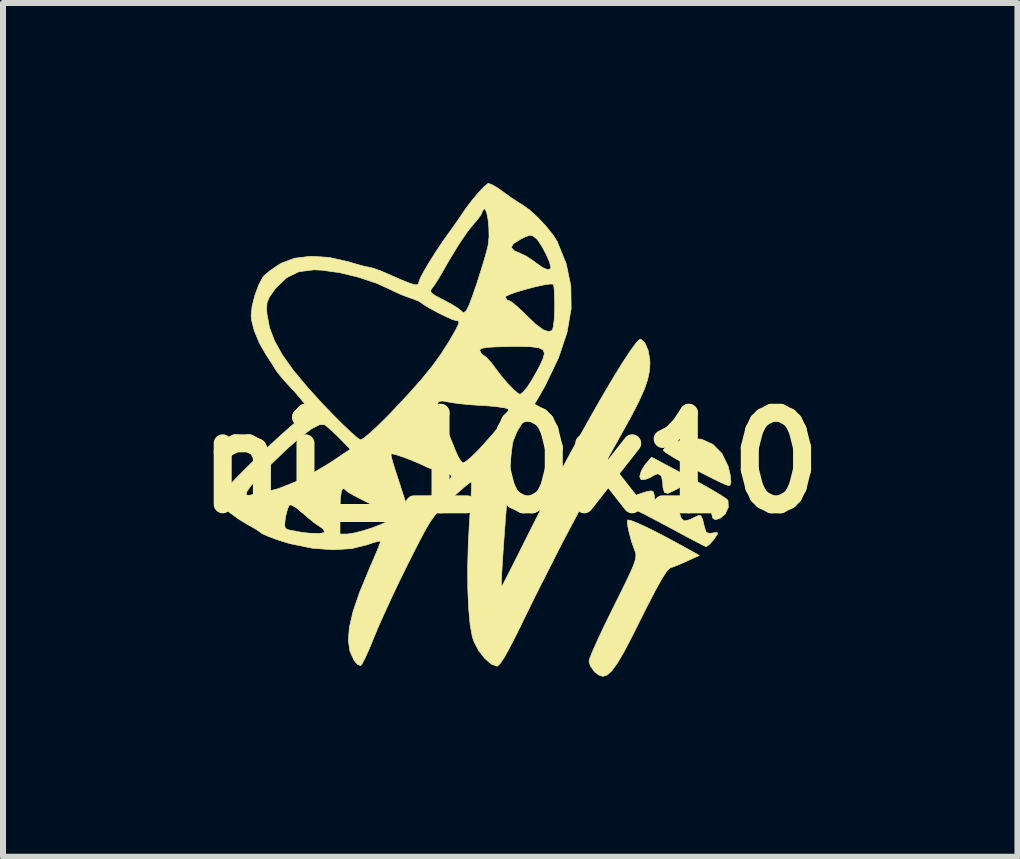
<source format=kicad_pcb>
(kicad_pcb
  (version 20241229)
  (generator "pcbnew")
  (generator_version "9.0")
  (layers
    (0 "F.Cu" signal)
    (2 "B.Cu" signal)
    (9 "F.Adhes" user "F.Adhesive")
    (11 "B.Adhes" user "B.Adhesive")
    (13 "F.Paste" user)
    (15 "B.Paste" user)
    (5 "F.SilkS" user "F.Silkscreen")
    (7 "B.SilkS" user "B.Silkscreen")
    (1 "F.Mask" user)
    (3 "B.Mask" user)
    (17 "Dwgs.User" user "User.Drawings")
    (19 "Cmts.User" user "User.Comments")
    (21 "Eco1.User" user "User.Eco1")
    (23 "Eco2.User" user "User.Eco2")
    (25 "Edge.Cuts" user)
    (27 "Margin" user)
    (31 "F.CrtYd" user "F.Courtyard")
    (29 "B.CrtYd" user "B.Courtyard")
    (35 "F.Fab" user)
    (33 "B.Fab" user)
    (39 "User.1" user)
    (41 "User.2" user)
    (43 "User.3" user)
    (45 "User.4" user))
  (footprint "ni_10x10"
    (layer "F.Cu")
    (at 5.45 4.662)
    (property "Reference" "ni_10x10" (at 0 0 0) (layer "F.SilkS") (effects (font (size 1.524 1.524) (thickness 0.3))))
    (attr through_hole)
    (fp_poly (pts (xy 3.185 -0.396) (xy 3.375 -0.31) (xy 3.527 -0.157) (xy 3.631 0.057) (xy 3.665 0.201) (xy 3.677 0.318) (xy 3.663 0.37) (xy 3.635 0.377) (xy 3.578 0.357) (xy 3.462 0.304) (xy 3.303 0.225) (xy 3.116 0.129) (xy 3.07 0.105) (xy 2.883 0.003) (xy 2.724 -0.089) (xy 2.609 -0.161) (xy 2.551 -0.205) (xy 2.548 -0.21) (xy 2.574 -0.251) (xy 2.658 -0.307) (xy 2.733 -0.344) (xy 2.968 -0.409) (xy 3.185 -0.396)) (stroke (width 0.01) (type solid)) (fill yes) (layer "F.SilkS"))
    (fp_poly (pts (xy 2.981 0.238) (xy 3.19 0.352) (xy 3.372 0.456) (xy 3.515 0.541) (xy 3.604 0.601) (xy 3.628 0.625) (xy 3.634 0.738) (xy 3.581 0.852) (xy 3.497 0.922) (xy 3.416 0.947) (xy 3.376 0.92) (xy 3.369 0.904) (xy 3.349 0.809) (xy 3.344 0.744) (xy 3.333 0.652) (xy 3.288 0.621) (xy 3.196 0.647) (xy 3.132 0.678) (xy 2.972 0.759) (xy 2.943 0.602) (xy 2.913 0.47) (xy 2.878 0.411) (xy 2.82 0.413) (xy 2.73 0.46) (xy 2.627 0.508) (xy 2.569 0.493) (xy 2.544 0.408) (xy 2.54 0.317) (xy 2.518 0.218) (xy 2.461 0.18) (xy 2.401 0.203) (xy 2.32 0.248) (xy 2.254 0.273) (xy 2.182 0.281) (xy 2.159 0.234) (xy 2.159 0.217) (xy 2.186 0.128) (xy 2.25 0.026) (xy 2.257 0.018) (xy 2.355 -0.096) (xy 2.981 0.238)) (stroke (width 0.01) (type solid)) (fill yes) (layer "F.SilkS"))
    (fp_poly (pts (xy 2.386 0.485) (xy 2.401 0.544) (xy 2.405 0.585) (xy 2.435 0.702) (xy 2.5 0.746) (xy 2.608 0.72) (xy 2.649 0.7) (xy 2.773 0.635) (xy 2.811 0.804) (xy 2.847 0.921) (xy 2.899 0.966) (xy 2.987 0.947) (xy 3.06 0.911) (xy 3.133 0.877) (xy 3.176 0.88) (xy 3.204 0.935) (xy 3.233 1.057) (xy 3.237 1.073) (xy 3.266 1.157) (xy 3.321 1.176) (xy 3.371 1.167) (xy 3.445 1.157) (xy 3.452 1.185) (xy 3.447 1.194) (xy 3.388 1.28) (xy 3.32 1.356) (xy 3.269 1.394) (xy 3.264 1.395) (xy 3.219 1.375) (xy 3.115 1.322) (xy 2.965 1.243) (xy 2.784 1.146) (xy 2.731 1.117) (xy 2.533 1.011) (xy 2.353 0.916) (xy 2.208 0.841) (xy 2.116 0.796) (xy 2.106 0.792) (xy 2.009 0.723) (xy 1.99 0.641) (xy 2.047 0.564) (xy 2.127 0.525) (xy 2.269 0.479) (xy 2.349 0.465) (xy 2.386 0.485)) (stroke (width 0.01) (type solid)) (fill yes) (layer "F.SilkS"))
    (fp_poly (pts (xy 2.005 0.957) (xy 2.115 1) (xy 2.277 1.075) (xy 2.478 1.175) (xy 2.707 1.296) (xy 2.877 1.389) (xy 3.15 1.541) (xy 2.945 1.635) (xy 2.813 1.693) (xy 2.703 1.736) (xy 2.662 1.749) (xy 2.613 1.797) (xy 2.531 1.922) (xy 2.418 2.125) (xy 2.274 2.403) (xy 2.181 2.589) (xy 2.021 2.909) (xy 1.89 3.158) (xy 1.782 3.341) (xy 1.692 3.464) (xy 1.615 3.534) (xy 1.545 3.556) (xy 1.478 3.536) (xy 1.407 3.481) (xy 1.397 3.471) (xy 1.334 3.379) (xy 1.312 3.302) (xy 1.331 3.24) (xy 1.382 3.115) (xy 1.461 2.939) (xy 1.561 2.726) (xy 1.678 2.487) (xy 1.72 2.402) (xy 1.854 2.133) (xy 1.954 1.927) (xy 2.024 1.776) (xy 2.068 1.667) (xy 2.09 1.59) (xy 2.094 1.533) (xy 2.085 1.487) (xy 2.075 1.461) (xy 2.026 1.323) (xy 1.985 1.178) (xy 1.958 1.052) (xy 1.951 0.968) (xy 1.957 0.95) (xy 2.005 0.957)) (stroke (width 0.01) (type solid)) (fill yes) (layer "F.SilkS"))
    (fp_poly (pts (xy -0.297 -4.632) (xy -0.194 -4.57) (xy -0.112 -4.511) (xy 0.018 -4.417) (xy 0.143 -4.335) (xy 0.198 -4.303) (xy 0.318 -4.218) (xy 0.461 -4.088) (xy 0.604 -3.935) (xy 0.723 -3.785) (xy 0.783 -3.687) (xy 0.932 -3.32) (xy 1.01 -2.949) (xy 1.015 -2.569) (xy 0.946 -2.171) (xy 0.804 -1.749) (xy 0.587 -1.296) (xy 0.544 -1.218) (xy 0.438 -1.034) (xy 0.331 -0.86) (xy 0.239 -0.72) (xy 0.199 -0.664) (xy 0.113 -0.523) (xy 0.05 -0.369) (xy 0.039 -0.324) (xy 0.025 -0.226) (xy 0.008 -0.068) (xy -0.012 0.138) (xy -0.034 0.379) (xy -0.056 0.642) (xy -0.078 0.915) (xy -0.098 1.186) (xy -0.116 1.441) (xy -0.131 1.669) (xy -0.142 1.856) (xy -0.148 1.99) (xy -0.147 2.058) (xy -0.144 2.063) (xy -0.122 2.023) (xy -0.067 1.917) (xy 0.016 1.754) (xy 0.121 1.547) (xy 0.243 1.303) (xy 0.378 1.034) (xy 0.572 0.652) (xy 0.772 0.267) (xy 0.974 -0.111) (xy 1.174 -0.476) (xy 1.367 -0.82) (xy 1.549 -1.137) (xy 1.716 -1.419) (xy 1.864 -1.659) (xy 1.989 -1.85) (xy 2.086 -1.984) (xy 2.151 -2.054) (xy 2.174 -2.063) (xy 2.243 -2) (xy 2.297 -1.878) (xy 2.325 -1.721) (xy 2.328 -1.663) (xy 2.319 -1.531) (xy 2.29 -1.39) (xy 2.235 -1.229) (xy 2.149 -1.036) (xy 2.028 -0.799) (xy 1.866 -0.506) (xy 1.82 -0.423) (xy 1.335 0.449) (xy 0.863 1.338) (xy 0.421 2.211) (xy 0.254 2.552) (xy 0.107 2.852) (xy -0.01 3.08) (xy -0.099 3.241) (xy -0.165 3.34) (xy -0.21 3.383) (xy -0.221 3.386) (xy -0.317 3.351) (xy -0.425 3.256) (xy -0.527 3.125) (xy -0.605 2.976) (xy -0.631 2.897) (xy -0.668 2.693) (xy -0.693 2.42) (xy -0.707 2.094) (xy -0.709 1.733) (xy -0.699 1.351) (xy -0.681 1.021) (xy -0.666 0.788) (xy -0.654 0.587) (xy -0.646 0.432) (xy -0.644 0.337) (xy -0.646 0.314) (xy -0.681 0.335) (xy -0.764 0.402) (xy -0.882 0.504) (xy -0.985 0.597) (xy -1.096 0.7) (xy -1.185 0.789) (xy -1.261 0.88) (xy -1.335 0.984) (xy -1.413 1.116) (xy -1.505 1.289) (xy -1.621 1.516) (xy -1.706 1.685) (xy -1.84 1.958) (xy -1.974 2.239) (xy -2.097 2.508) (xy -2.202 2.742) (xy -2.275 2.92) (xy -2.349 3.099) (xy -2.415 3.246) (xy -2.466 3.344) (xy -2.492 3.378) (xy -2.543 3.357) (xy -2.601 3.291) (xy -2.67 3.14) (xy -2.697 2.959) (xy -2.68 2.739) (xy -2.618 2.474) (xy -2.509 2.155) (xy -2.352 1.776) (xy -2.346 1.76) (xy -2.27 1.586) (xy -2.209 1.441) (xy -2.17 1.342) (xy -2.159 1.307) (xy -2.194 1.305) (xy -2.286 1.33) (xy -2.381 1.363) (xy -2.643 1.428) (xy -2.955 1.447) (xy -3.298 1.421) (xy -3.651 1.349) (xy -3.711 1.333) (xy -3.883 1.279) (xy -4.029 1.225) (xy -4.126 1.182) (xy -4.147 1.168) (xy -4.224 1.113) (xy -4.34 1.045) (xy -4.364 1.032) (xy -3.759 1.032) (xy -3.746 1.089) (xy -3.696 1.114) (xy -3.676 1.119) (xy -3.474 1.156) (xy -3.3 1.176) (xy -3.17 1.177) (xy -3.099 1.159) (xy -3.09 1.144) (xy -3.123 1.095) (xy -3.181 1.055) (xy -3.262 1) (xy -3.374 0.909) (xy -3.458 0.835) (xy -3.495 0.804) (xy -2.836 0.804) (xy -2.836 1.185) (xy -2.717 1.185) (xy -2.617 1.171) (xy -2.47 1.135) (xy -2.307 1.084) (xy -2.305 1.083) (xy -2.161 1.028) (xy -2.052 0.978) (xy -2.001 0.942) (xy -1.999 0.939) (xy -2.024 0.884) (xy -2.119 0.805) (xy -2.276 0.71) (xy -2.468 0.613) (xy -2.598 0.547) (xy -2.695 0.491) (xy -2.734 0.46) (xy -2.778 0.42) (xy -2.81 0.463) (xy -2.83 0.589) (xy -2.836 0.8) (xy -2.836 0.804) (xy -3.495 0.804) (xy -3.568 0.744) (xy -3.649 0.7) (xy -3.68 0.702) (xy -3.709 0.766) (xy -3.738 0.877) (xy -3.746 0.919) (xy -3.759 1.032) (xy -4.364 1.032) (xy -4.381 1.023) (xy -4.52 0.939) (xy -4.668 0.832) (xy -4.718 0.791) (xy -4.886 0.647) (xy -4.813 0.535) (xy -4.397 0.535) (xy -4.34 0.539) (xy -4.329 0.536) (xy -4.239 0.516) (xy -4.113 0.492) (xy -4.085 0.487) (xy -3.859 0.427) (xy -3.592 0.321) (xy -3.304 0.178) (xy -3.018 0.008) (xy -2.952 -0.035) (xy -2.804 -0.135) (xy -1.985 -0.135) (xy -1.979 -0.096) (xy -1.96 -0.023) (xy -1.923 0.097) (xy -1.865 0.276) (xy -1.81 0.445) (xy -1.764 0.587) (xy -1.727 0.7) (xy -1.711 0.753) (xy -1.671 0.762) (xy -1.581 0.723) (xy -1.454 0.646) (xy -1.304 0.538) (xy -1.145 0.407) (xy -1.128 0.393) (xy -1.038 0.306) (xy -0.982 0.238) (xy -0.974 0.218) (xy -1.011 0.186) (xy -1.103 0.155) (xy -1.132 0.149) (xy -1.27 0.114) (xy -1.39 0.069) (xy -1.397 0.065) (xy -1.516 0.009) (xy -1.656 -0.049) (xy -1.794 -0.101) (xy -1.907 -0.138) (xy -1.973 -0.153) (xy -1.98 -0.151) (xy -1.985 -0.135) (xy -2.804 -0.135) (xy -2.665 -0.228) (xy -2.846 -0.414) (xy -2.954 -0.519) (xy -3.048 -0.602) (xy -3.095 -0.637) (xy -3.178 -0.636) (xy -3.309 -0.569) (xy -3.488 -0.435) (xy -3.717 -0.235) (xy -3.99 0.028) (xy -4.188 0.232) (xy -4.322 0.383) (xy -4.391 0.484) (xy -4.397 0.535) (xy -4.813 0.535) (xy -4.806 0.524) (xy -4.734 0.434) (xy -4.611 0.301) (xy -4.451 0.137) (xy -4.266 -0.045) (xy -4.07 -0.233) (xy -3.875 -0.414) (xy -3.694 -0.576) (xy -3.54 -0.707) (xy -3.436 -0.787) (xy -3.373 -0.839) (xy -3.367 -0.887) (xy -3.413 -0.967) (xy -3.483 -1.059) (xy -3.587 -1.18) (xy -3.671 -1.271) (xy -3.778 -1.387) (xy -3.866 -1.493) (xy -3.907 -1.551) (xy -3.961 -1.639) (xy -4.039 -1.76) (xy -4.074 -1.813) (xy -4.181 -2.001) (xy -4.264 -2.201) (xy -4.31 -2.382) (xy -4.317 -2.455) (xy -4.305 -2.56) (xy -4.059 -2.56) (xy -4.051 -2.47) (xy -4.01 -2.254) (xy -3.926 -2.033) (xy -3.795 -1.798) (xy -3.61 -1.538) (xy -3.366 -1.247) (xy -3.129 -0.987) (xy -2.95 -0.801) (xy -2.787 -0.638) (xy -2.65 -0.508) (xy -2.549 -0.42) (xy -2.495 -0.384) (xy -2.492 -0.384) (xy -2.441 -0.412) (xy -2.343 -0.492) (xy -2.212 -0.613) (xy -2.058 -0.764) (xy -1.97 -0.855) (xy -1.858 -0.974) (xy -1.213 -0.974) (xy -1.191 -0.876) (xy -1.128 -0.719) (xy -1.082 -0.614) (xy -1.009 -0.445) (xy -0.936 -0.265) (xy -0.911 -0.201) (xy -0.858 -0.086) (xy -0.806 -0.013) (xy -0.782 0) (xy -0.731 -0.029) (xy -0.64 -0.107) (xy -0.526 -0.219) (xy -0.485 -0.264) (xy -0.29 -0.482) (xy -0.147 -0.661) (xy -0.058 -0.794) (xy -0.028 -0.877) (xy -0.035 -0.899) (xy -0.092 -0.917) (xy -0.212 -0.935) (xy -0.374 -0.951) (xy -0.467 -0.956) (xy -0.663 -0.969) (xy -0.846 -0.987) (xy -0.987 -1.006) (xy -1.023 -1.013) (xy -1.131 -1.032) (xy -1.194 -1.022) (xy -1.213 -0.974) (xy -1.858 -0.974) (xy -1.699 -1.144) (xy -1.48 -1.39) (xy -1.302 -1.609) (xy -1.154 -1.813) (xy -1.114 -1.875) (xy -0.508 -1.875) (xy -0.474 -1.811) (xy -0.443 -1.793) (xy -0.383 -1.745) (xy -0.301 -1.651) (xy -0.253 -1.586) (xy -0.155 -1.456) (xy -0.047 -1.329) (xy 0.054 -1.224) (xy 0.133 -1.157) (xy 0.165 -1.143) (xy 0.208 -1.174) (xy 0.274 -1.249) (xy 0.283 -1.261) (xy 0.352 -1.367) (xy 0.435 -1.51) (xy 0.484 -1.603) (xy 0.545 -1.732) (xy 0.569 -1.823) (xy 0.548 -1.884) (xy 0.473 -1.919) (xy 0.335 -1.936) (xy 0.127 -1.94) (xy -0.004 -1.939) (xy -0.227 -1.934) (xy -0.377 -1.925) (xy -0.465 -1.911) (xy -0.504 -1.889) (xy -0.508 -1.875) (xy -1.114 -1.875) (xy -1.024 -2.016) (xy -0.998 -2.06) (xy -0.912 -2.211) (xy -0.866 -2.303) (xy -0.853 -2.35) (xy -0.872 -2.368) (xy -0.903 -2.371) (xy -0.965 -2.39) (xy -1.075 -2.439) (xy -1.207 -2.504) (xy -1.336 -2.574) (xy -1.436 -2.633) (xy -1.482 -2.668) (xy -1.532 -2.698) (xy -1.633 -2.737) (xy -1.672 -2.75) (xy -1.817 -2.804) (xy -1.952 -2.866) (xy -1.963 -2.872) (xy -1.327 -2.872) (xy -1.314 -2.834) (xy -1.251 -2.788) (xy -1.124 -2.721) (xy -1.108 -2.713) (xy -0.974 -2.641) (xy -0.873 -2.579) (xy -0.826 -2.541) (xy -0.779 -2.5) (xy -0.731 -2.537) (xy -0.683 -2.635) (xy -0.636 -2.762) (xy -0.084 -2.762) (xy -0.051 -2.713) (xy -0.03 -2.709) (xy 0.023 -2.681) (xy 0.116 -2.605) (xy 0.231 -2.498) (xy 0.255 -2.473) (xy 0.423 -2.312) (xy 0.55 -2.218) (xy 0.642 -2.186) (xy 0.699 -2.208) (xy 0.718 -2.266) (xy 0.733 -2.387) (xy 0.74 -2.546) (xy 0.741 -2.602) (xy 0.738 -2.766) (xy 0.732 -2.896) (xy 0.723 -2.969) (xy 0.72 -2.977) (xy 0.667 -2.981) (xy 0.558 -2.965) (xy 0.413 -2.933) (xy 0.256 -2.892) (xy 0.107 -2.848) (xy -0.011 -2.806) (xy -0.078 -2.773) (xy -0.084 -2.762) (xy -0.636 -2.762) (xy -0.624 -2.794) (xy -0.556 -2.991) (xy -0.489 -3.202) (xy -0.428 -3.401) (xy -0.383 -3.564) (xy -0.377 -3.589) (xy 0.018 -3.589) (xy 0.066 -3.535) (xy 0.151 -3.499) (xy 0.264 -3.446) (xy 0.391 -3.363) (xy 0.422 -3.338) (xy 0.544 -3.252) (xy 0.632 -3.218) (xy 0.675 -3.239) (xy 0.677 -3.256) (xy 0.656 -3.343) (xy 0.602 -3.468) (xy 0.533 -3.599) (xy 0.464 -3.705) (xy 0.433 -3.739) (xy 0.376 -3.783) (xy 0.323 -3.792) (xy 0.245 -3.763) (xy 0.171 -3.726) (xy 0.053 -3.652) (xy 0.018 -3.589) (xy -0.377 -3.589) (xy -0.364 -3.65) (xy -0.353 -3.772) (xy -0.356 -3.916) (xy -0.369 -4.056) (xy -0.392 -4.169) (xy -0.419 -4.229) (xy -0.429 -4.233) (xy -0.463 -4.2) (xy -0.466 -4.182) (xy -0.493 -4.123) (xy -0.562 -4.034) (xy -0.592 -4.001) (xy -0.708 -3.859) (xy -0.853 -3.646) (xy -1.022 -3.369) (xy -1.132 -3.175) (xy -1.207 -3.049) (xy -1.275 -2.946) (xy -1.301 -2.913) (xy -1.327 -2.872) (xy -1.963 -2.872) (xy -1.968 -2.875) (xy -2.221 -2.991) (xy -2.523 -3.092) (xy -2.84 -3.169) (xy -3.138 -3.211) (xy -3.272 -3.217) (xy -3.518 -3.186) (xy -3.725 -3.086) (xy -3.906 -2.911) (xy -3.93 -2.88) (xy -4.013 -2.761) (xy -4.052 -2.668) (xy -4.059 -2.56) (xy -4.305 -2.56) (xy -4.3 -2.611) (xy -4.254 -2.791) (xy -4.192 -2.961) (xy -4.123 -3.09) (xy -4.1 -3.118) (xy -4.006 -3.2) (xy -3.875 -3.29) (xy -3.812 -3.328) (xy -3.59 -3.411) (xy -3.319 -3.443) (xy -3.018 -3.424) (xy -2.705 -3.354) (xy -2.694 -3.351) (xy -2.543 -3.306) (xy -2.419 -3.273) (xy -2.348 -3.26) (xy -2.346 -3.26) (xy -2.278 -3.243) (xy -2.162 -3.201) (xy -2.065 -3.16) (xy -1.85 -3.065) (xy -1.7 -3.003) (xy -1.604 -2.971) (xy -1.55 -2.966) (xy -1.527 -2.985) (xy -1.524 -3.01) (xy -1.501 -3.073) (xy -1.44 -3.189) (xy -1.35 -3.342) (xy -1.242 -3.513) (xy -1.126 -3.687) (xy -1.038 -3.811) (xy -0.945 -3.94) (xy -0.868 -4.05) (xy -0.826 -4.112) (xy -0.735 -4.246) (xy -0.629 -4.384) (xy -0.524 -4.51) (xy -0.433 -4.605) (xy -0.372 -4.654) (xy -0.362 -4.657) (xy -0.297 -4.632)) (stroke (width 0.01) (type solid)) (fill yes) (layer "F.SilkS")))
  (gr_rect
    (start -3 -3)
    (end 13.9 11.223)
    (stroke (width 0.1) (type default))
    (fill no)
    (layer "Edge.Cuts")))
</source>
